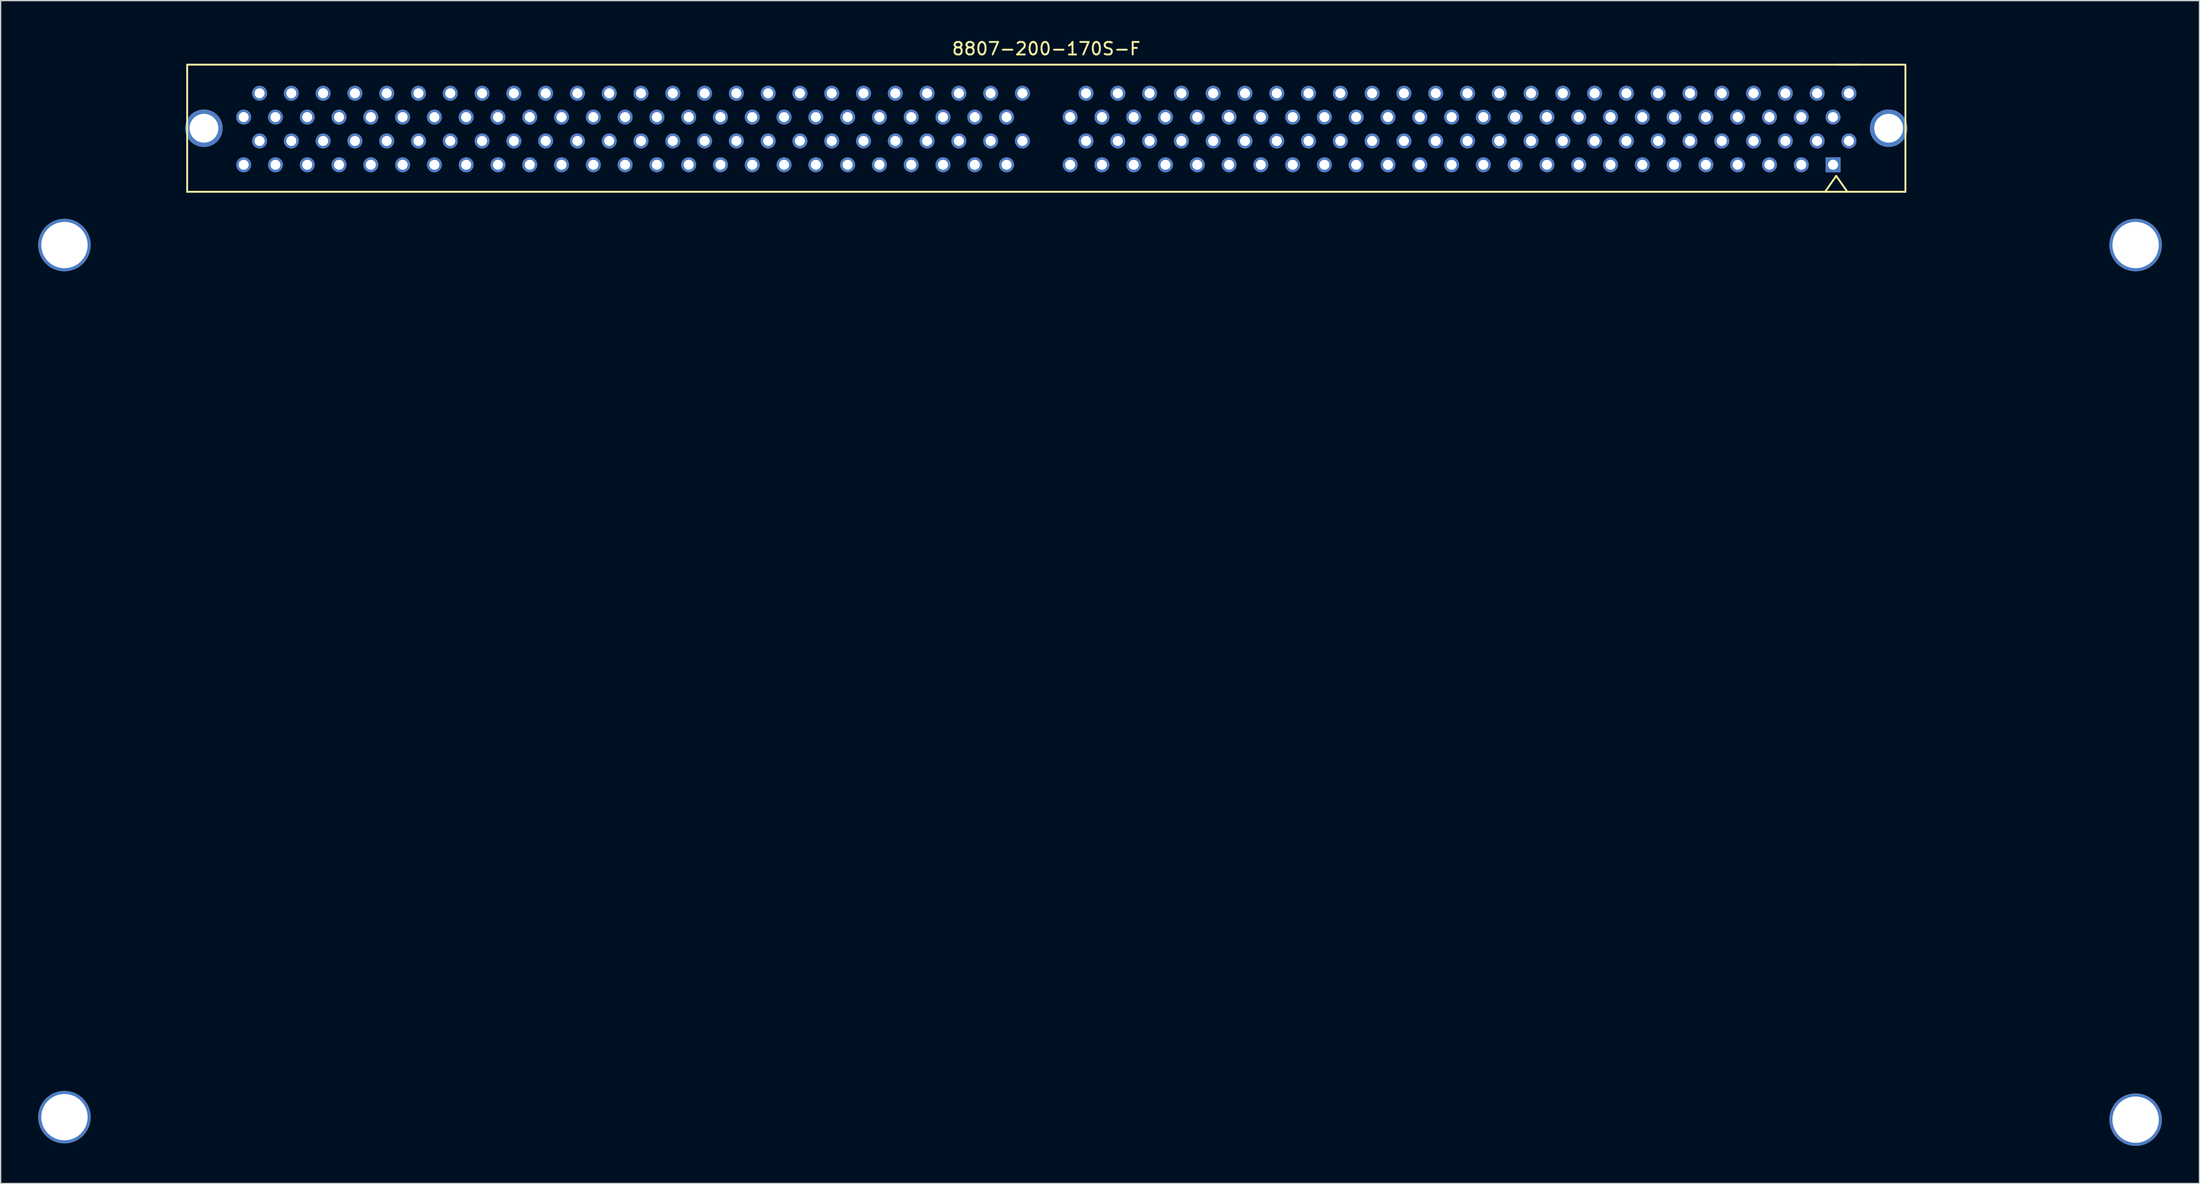
<source format=kicad_pcb>
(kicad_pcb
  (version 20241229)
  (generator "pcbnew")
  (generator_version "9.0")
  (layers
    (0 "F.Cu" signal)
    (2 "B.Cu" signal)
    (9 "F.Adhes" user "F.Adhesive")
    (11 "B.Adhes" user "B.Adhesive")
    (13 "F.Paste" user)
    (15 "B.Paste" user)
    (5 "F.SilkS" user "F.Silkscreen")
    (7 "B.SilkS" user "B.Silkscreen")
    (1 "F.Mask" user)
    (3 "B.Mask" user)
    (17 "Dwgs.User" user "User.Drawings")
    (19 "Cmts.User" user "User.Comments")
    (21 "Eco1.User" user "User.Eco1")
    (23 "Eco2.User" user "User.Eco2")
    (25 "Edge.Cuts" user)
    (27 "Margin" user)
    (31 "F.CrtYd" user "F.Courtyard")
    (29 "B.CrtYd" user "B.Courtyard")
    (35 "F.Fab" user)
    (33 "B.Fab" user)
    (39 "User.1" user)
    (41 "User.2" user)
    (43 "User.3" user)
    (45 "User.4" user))
  (footprint "8807-200-170S-F"
    (layer "F.Cu")
    (at 80.555 7.198)
    (property "Reference" "8807-200-170S-F" (at 0 -6.35 0) (layer "F.SilkS") (effects (font (size 1 1) (thickness 0.15))))
    (attr through_hole)
    (fp_line (start -68.65 5.08) (end -68.65 -5.08) (stroke (width 0.15) (type solid)) (layer "F.SilkS"))
    (fp_line (start -68.58 -5.08) (end 68.58 -5.08) (stroke (width 0.15) (type solid)) (layer "F.SilkS"))
    (fp_line (start 63.119 3.81) (end 62.23 5.08) (stroke (width 0.15) (type solid)) (layer "F.SilkS"))
    (fp_line (start 63.246 -5.08) (end 65.024 -5.08) (stroke (width 0.15) (type solid)) (layer "F.SilkS"))
    (fp_line (start 64.008 5.08) (end 63.119 3.81) (stroke (width 0.15) (type solid)) (layer "F.SilkS"))
    (fp_line (start 68.65 -5.08) (end 68.65 5.08) (stroke (width 0.15) (type solid)) (layer "F.SilkS"))
    (fp_line (start 68.65 5.08) (end -68.65 5.08) (stroke (width 0.15) (type solid)) (layer "F.SilkS"))
    (pad "" thru_hole circle (at -78.455 9.336) (size 4.2 4.2) (drill 3.7) (layers "*.Cu" "*.Paste" "*.Mask"))
    (pad "" thru_hole circle (at -78.455 79.036) (size 4.2 4.2) (drill 3.7) (layers "*.Cu" "*.Paste" "*.Mask"))
    (pad "" thru_hole circle (at -67.31 0) (size 3 3) (drill 2.3) (layers "*.Cu" "*.Mask"))
    (pad "" thru_hole circle (at 67.31 0) (size 3 3) (drill 2.3) (layers "*.Cu" "*.Mask"))
    (pad "" thru_hole circle (at 87.045 9.336) (size 4.2 4.2) (drill 3.7) (layers "*.Cu" "*.Paste" "*.Mask"))
    (pad "" thru_hole circle (at 87.045 79.236) (size 4.2 4.2) (drill 3.7) (layers "*.Cu" "*.Paste" "*.Mask"))
    (pad "1" thru_hole rect (at 62.865 2.921) (size 1.2 1.2) (drill 0.8) (layers "*.Cu" "*.Mask"))
    (pad "2" thru_hole circle (at 64.135 1.016) (size 1.2 1.2) (drill 0.8) (layers "*.Cu" "*.Mask"))
    (pad "3" thru_hole circle (at 62.865 -0.889) (size 1.2 1.2) (drill 0.8) (layers "*.Cu" "*.Mask"))
    (pad "4" thru_hole circle (at 64.135 -2.794) (size 1.2 1.2) (drill 0.8) (layers "*.Cu" "*.Mask"))
    (pad "5" thru_hole circle (at 60.325 2.921) (size 1.2 1.2) (drill 0.8) (layers "*.Cu" "*.Mask"))
    (pad "6" thru_hole circle (at 61.595 1.016) (size 1.2 1.2) (drill 0.8) (layers "*.Cu" "*.Mask"))
    (pad "7" thru_hole circle (at 60.325 -0.889) (size 1.2 1.2) (drill 0.8) (layers "*.Cu" "*.Mask"))
    (pad "8" thru_hole circle (at 61.595 -2.794) (size 1.2 1.2) (drill 0.8) (layers "*.Cu" "*.Mask"))
    (pad "9" thru_hole circle (at 57.785 2.921) (size 1.2 1.2) (drill 0.8) (layers "*.Cu" "*.Mask"))
    (pad "10" thru_hole circle (at 59.055 1.016) (size 1.2 1.2) (drill 0.8) (layers "*.Cu" "*.Mask"))
    (pad "11" thru_hole circle (at 57.785 -0.889) (size 1.2 1.2) (drill 0.8) (layers "*.Cu" "*.Mask"))
    (pad "12" thru_hole circle (at 59.055 -2.794) (size 1.2 1.2) (drill 0.8) (layers "*.Cu" "*.Mask"))
    (pad "13" thru_hole circle (at 55.245 2.921) (size 1.2 1.2) (drill 0.8) (layers "*.Cu" "*.Mask"))
    (pad "14" thru_hole circle (at 56.515 1.016) (size 1.2 1.2) (drill 0.8) (layers "*.Cu" "*.Mask"))
    (pad "15" thru_hole circle (at 55.245 -0.889) (size 1.2 1.2) (drill 0.8) (layers "*.Cu" "*.Mask"))
    (pad "16" thru_hole circle (at 56.515 -2.794) (size 1.2 1.2) (drill 0.8) (layers "*.Cu" "*.Mask"))
    (pad "17" thru_hole circle (at 52.705 2.921) (size 1.2 1.2) (drill 0.8) (layers "*.Cu" "*.Mask"))
    (pad "18" thru_hole circle (at 53.975 1.016) (size 1.2 1.2) (drill 0.8) (layers "*.Cu" "*.Mask"))
    (pad "19" thru_hole circle (at 52.705 -0.889) (size 1.2 1.2) (drill 0.8) (layers "*.Cu" "*.Mask"))
    (pad "20" thru_hole circle (at 53.975 -2.794) (size 1.2 1.2) (drill 0.8) (layers "*.Cu" "*.Mask"))
    (pad "21" thru_hole circle (at 50.165 2.921) (size 1.2 1.2) (drill 0.8) (layers "*.Cu" "*.Mask"))
    (pad "22" thru_hole circle (at 51.435 1.016) (size 1.2 1.2) (drill 0.8) (layers "*.Cu" "*.Mask"))
    (pad "23" thru_hole circle (at 50.165 -0.889) (size 1.2 1.2) (drill 0.8) (layers "*.Cu" "*.Mask"))
    (pad "24" thru_hole circle (at 51.435 -2.794) (size 1.2 1.2) (drill 0.8) (layers "*.Cu" "*.Mask"))
    (pad "25" thru_hole circle (at 47.625 2.921) (size 1.2 1.2) (drill 0.8) (layers "*.Cu" "*.Mask"))
    (pad "26" thru_hole circle (at 48.895 1.016) (size 1.2 1.2) (drill 0.8) (layers "*.Cu" "*.Mask"))
    (pad "27" thru_hole circle (at 47.625 -0.889) (size 1.2 1.2) (drill 0.8) (layers "*.Cu" "*.Mask"))
    (pad "28" thru_hole circle (at 48.895 -2.794) (size 1.2 1.2) (drill 0.8) (layers "*.Cu" "*.Mask"))
    (pad "29" thru_hole circle (at 45.085 2.921) (size 1.2 1.2) (drill 0.8) (layers "*.Cu" "*.Mask"))
    (pad "30" thru_hole circle (at 46.355 1.016) (size 1.2 1.2) (drill 0.8) (layers "*.Cu" "*.Mask"))
    (pad "31" thru_hole circle (at 45.085 -0.889) (size 1.2 1.2) (drill 0.8) (layers "*.Cu" "*.Mask"))
    (pad "32" thru_hole circle (at 46.355 -2.794) (size 1.2 1.2) (drill 0.8) (layers "*.Cu" "*.Mask"))
    (pad "33" thru_hole circle (at 42.545 2.921) (size 1.2 1.2) (drill 0.8) (layers "*.Cu" "*.Mask"))
    (pad "34" thru_hole circle (at 43.815 1.016) (size 1.2 1.2) (drill 0.8) (layers "*.Cu" "*.Mask"))
    (pad "35" thru_hole circle (at 42.545 -0.889) (size 1.2 1.2) (drill 0.8) (layers "*.Cu" "*.Mask"))
    (pad "36" thru_hole circle (at 43.815 -2.794) (size 1.2 1.2) (drill 0.8) (layers "*.Cu" "*.Mask"))
    (pad "37" thru_hole circle (at 40.005 2.921) (size 1.2 1.2) (drill 0.8) (layers "*.Cu" "*.Mask"))
    (pad "38" thru_hole circle (at 41.275 1.016) (size 1.2 1.2) (drill 0.8) (layers "*.Cu" "*.Mask"))
    (pad "39" thru_hole circle (at 40.005 -0.889) (size 1.2 1.2) (drill 0.8) (layers "*.Cu" "*.Mask"))
    (pad "40" thru_hole circle (at 41.275 -2.794) (size 1.2 1.2) (drill 0.8) (layers "*.Cu" "*.Mask"))
    (pad "41" thru_hole circle (at 37.465 2.921) (size 1.2 1.2) (drill 0.8) (layers "*.Cu" "*.Mask"))
    (pad "42" thru_hole circle (at 38.735 1.016) (size 1.2 1.2) (drill 0.8) (layers "*.Cu" "*.Mask"))
    (pad "43" thru_hole circle (at 37.465 -0.889) (size 1.2 1.2) (drill 0.8) (layers "*.Cu" "*.Mask"))
    (pad "44" thru_hole circle (at 38.735 -2.794) (size 1.2 1.2) (drill 0.8) (layers "*.Cu" "*.Mask"))
    (pad "45" thru_hole circle (at 34.925 2.921) (size 1.2 1.2) (drill 0.8) (layers "*.Cu" "*.Mask"))
    (pad "46" thru_hole circle (at 36.195 1.016) (size 1.2 1.2) (drill 0.8) (layers "*.Cu" "*.Mask"))
    (pad "47" thru_hole circle (at 34.925 -0.889) (size 1.2 1.2) (drill 0.8) (layers "*.Cu" "*.Mask"))
    (pad "48" thru_hole circle (at 36.195 -2.794) (size 1.2 1.2) (drill 0.8) (layers "*.Cu" "*.Mask"))
    (pad "49" thru_hole circle (at 32.385 2.921) (size 1.2 1.2) (drill 0.8) (layers "*.Cu" "*.Mask"))
    (pad "50" thru_hole circle (at 33.655 1.016) (size 1.2 1.2) (drill 0.8) (layers "*.Cu" "*.Mask"))
    (pad "51" thru_hole circle (at 32.385 -0.889) (size 1.2 1.2) (drill 0.8) (layers "*.Cu" "*.Mask"))
    (pad "52" thru_hole circle (at 33.655 -2.794) (size 1.2 1.2) (drill 0.8) (layers "*.Cu" "*.Mask"))
    (pad "53" thru_hole circle (at 29.845 2.921) (size 1.2 1.2) (drill 0.8) (layers "*.Cu" "*.Mask"))
    (pad "54" thru_hole circle (at 31.115 1.016) (size 1.2 1.2) (drill 0.8) (layers "*.Cu" "*.Mask"))
    (pad "55" thru_hole circle (at 29.845 -0.889) (size 1.2 1.2) (drill 0.8) (layers "*.Cu" "*.Mask"))
    (pad "56" thru_hole circle (at 31.115 -2.794) (size 1.2 1.2) (drill 0.8) (layers "*.Cu" "*.Mask"))
    (pad "57" thru_hole circle (at 27.305 2.921) (size 1.2 1.2) (drill 0.8) (layers "*.Cu" "*.Mask"))
    (pad "58" thru_hole circle (at 28.575 1.016) (size 1.2 1.2) (drill 0.8) (layers "*.Cu" "*.Mask"))
    (pad "59" thru_hole circle (at 27.305 -0.889) (size 1.2 1.2) (drill 0.8) (layers "*.Cu" "*.Mask"))
    (pad "60" thru_hole circle (at 28.575 -2.794) (size 1.2 1.2) (drill 0.8) (layers "*.Cu" "*.Mask"))
    (pad "61" thru_hole circle (at 24.765 2.921) (size 1.2 1.2) (drill 0.8) (layers "*.Cu" "*.Mask"))
    (pad "62" thru_hole circle (at 26.035 1.016) (size 1.2 1.2) (drill 0.8) (layers "*.Cu" "*.Mask"))
    (pad "63" thru_hole circle (at 24.765 -0.889) (size 1.2 1.2) (drill 0.8) (layers "*.Cu" "*.Mask"))
    (pad "64" thru_hole circle (at 26.035 -2.794) (size 1.2 1.2) (drill 0.8) (layers "*.Cu" "*.Mask"))
    (pad "65" thru_hole circle (at 22.225 2.921) (size 1.2 1.2) (drill 0.8) (layers "*.Cu" "*.Mask"))
    (pad "66" thru_hole circle (at 23.495 1.016) (size 1.2 1.2) (drill 0.8) (layers "*.Cu" "*.Mask"))
    (pad "67" thru_hole circle (at 22.225 -0.889) (size 1.2 1.2) (drill 0.8) (layers "*.Cu" "*.Mask"))
    (pad "68" thru_hole circle (at 23.495 -2.794) (size 1.2 1.2) (drill 0.8) (layers "*.Cu" "*.Mask"))
    (pad "69" thru_hole circle (at 19.685 2.921) (size 1.2 1.2) (drill 0.8) (layers "*.Cu" "*.Mask"))
    (pad "70" thru_hole circle (at 20.955 1.016) (size 1.2 1.2) (drill 0.8) (layers "*.Cu" "*.Mask"))
    (pad "71" thru_hole circle (at 19.685 -0.889) (size 1.2 1.2) (drill 0.8) (layers "*.Cu" "*.Mask"))
    (pad "72" thru_hole circle (at 20.955 -2.794) (size 1.2 1.2) (drill 0.8) (layers "*.Cu" "*.Mask"))
    (pad "73" thru_hole circle (at 17.145 2.921) (size 1.2 1.2) (drill 0.8) (layers "*.Cu" "*.Mask"))
    (pad "74" thru_hole circle (at 18.415 1.016) (size 1.2 1.2) (drill 0.8) (layers "*.Cu" "*.Mask"))
    (pad "75" thru_hole circle (at 17.145 -0.889) (size 1.2 1.2) (drill 0.8) (layers "*.Cu" "*.Mask"))
    (pad "76" thru_hole circle (at 18.415 -2.794) (size 1.2 1.2) (drill 0.8) (layers "*.Cu" "*.Mask"))
    (pad "77" thru_hole circle (at 14.605 2.921) (size 1.2 1.2) (drill 0.8) (layers "*.Cu" "*.Mask"))
    (pad "78" thru_hole circle (at 15.875 1.016) (size 1.2 1.2) (drill 0.8) (layers "*.Cu" "*.Mask"))
    (pad "79" thru_hole circle (at 14.605 -0.889) (size 1.2 1.2) (drill 0.8) (layers "*.Cu" "*.Mask"))
    (pad "80" thru_hole circle (at 15.875 -2.794) (size 1.2 1.2) (drill 0.8) (layers "*.Cu" "*.Mask"))
    (pad "81" thru_hole circle (at 12.065 2.921) (size 1.2 1.2) (drill 0.8) (layers "*.Cu" "*.Mask"))
    (pad "82" thru_hole circle (at 13.335 1.016) (size 1.2 1.2) (drill 0.8) (layers "*.Cu" "*.Mask"))
    (pad "83" thru_hole circle (at 12.065 -0.889) (size 1.2 1.2) (drill 0.8) (layers "*.Cu" "*.Mask"))
    (pad "84" thru_hole circle (at 13.335 -2.794) (size 1.2 1.2) (drill 0.8) (layers "*.Cu" "*.Mask"))
    (pad "85" thru_hole circle (at 9.525 2.921) (size 1.2 1.2) (drill 0.8) (layers "*.Cu" "*.Mask"))
    (pad "86" thru_hole circle (at 10.795 1.016) (size 1.2 1.2) (drill 0.8) (layers "*.Cu" "*.Mask"))
    (pad "87" thru_hole circle (at 9.525 -0.889) (size 1.2 1.2) (drill 0.8) (layers "*.Cu" "*.Mask"))
    (pad "88" thru_hole circle (at 10.795 -2.794) (size 1.2 1.2) (drill 0.8) (layers "*.Cu" "*.Mask"))
    (pad "89" thru_hole circle (at 6.985 2.921) (size 1.2 1.2) (drill 0.8) (layers "*.Cu" "*.Mask"))
    (pad "90" thru_hole circle (at 8.255 1.016) (size 1.2 1.2) (drill 0.8) (layers "*.Cu" "*.Mask"))
    (pad "91" thru_hole circle (at 6.985 -0.889) (size 1.2 1.2) (drill 0.8) (layers "*.Cu" "*.Mask"))
    (pad "92" thru_hole circle (at 8.255 -2.794) (size 1.2 1.2) (drill 0.8) (layers "*.Cu" "*.Mask"))
    (pad "93" thru_hole circle (at 4.445 2.921) (size 1.2 1.2) (drill 0.8) (layers "*.Cu" "*.Mask"))
    (pad "94" thru_hole circle (at 5.715 1.016) (size 1.2 1.2) (drill 0.8) (layers "*.Cu" "*.Mask"))
    (pad "95" thru_hole circle (at 4.445 -0.889) (size 1.2 1.2) (drill 0.8) (layers "*.Cu" "*.Mask"))
    (pad "96" thru_hole circle (at 5.715 -2.794) (size 1.2 1.2) (drill 0.8) (layers "*.Cu" "*.Mask"))
    (pad "97" thru_hole circle (at 1.905 2.921) (size 1.2 1.2) (drill 0.8) (layers "*.Cu" "*.Mask"))
    (pad "98" thru_hole circle (at 3.175 1.016) (size 1.2 1.2) (drill 0.8) (layers "*.Cu" "*.Mask"))
    (pad "99" thru_hole circle (at 1.905 -0.889) (size 1.2 1.2) (drill 0.8) (layers "*.Cu" "*.Mask"))
    (pad "100" thru_hole circle (at 3.175 -2.794) (size 1.2 1.2) (drill 0.8) (layers "*.Cu" "*.Mask"))
    (pad "101" thru_hole circle (at -3.175 2.921) (size 1.2 1.2) (drill 0.8) (layers "*.Cu" "*.Mask"))
    (pad "102" thru_hole circle (at -1.905 1.016) (size 1.2 1.2) (drill 0.8) (layers "*.Cu" "*.Mask"))
    (pad "103" thru_hole circle (at -3.175 -0.889) (size 1.2 1.2) (drill 0.8) (layers "*.Cu" "*.Mask"))
    (pad "104" thru_hole circle (at -1.905 -2.794) (size 1.2 1.2) (drill 0.8) (layers "*.Cu" "*.Mask"))
    (pad "105" thru_hole circle (at -5.715 2.921) (size 1.2 1.2) (drill 0.8) (layers "*.Cu" "*.Mask"))
    (pad "106" thru_hole circle (at -4.445 1.016) (size 1.2 1.2) (drill 0.8) (layers "*.Cu" "*.Mask"))
    (pad "107" thru_hole circle (at -5.715 -0.889) (size 1.2 1.2) (drill 0.8) (layers "*.Cu" "*.Mask"))
    (pad "108" thru_hole circle (at -4.445 -2.794) (size 1.2 1.2) (drill 0.8) (layers "*.Cu" "*.Mask"))
    (pad "109" thru_hole circle (at -8.255 2.921) (size 1.2 1.2) (drill 0.8) (layers "*.Cu" "*.Mask"))
    (pad "110" thru_hole circle (at -6.985 1.016) (size 1.2 1.2) (drill 0.8) (layers "*.Cu" "*.Mask"))
    (pad "111" thru_hole circle (at -8.255 -0.889) (size 1.2 1.2) (drill 0.8) (layers "*.Cu" "*.Mask"))
    (pad "112" thru_hole circle (at -6.985 -2.794) (size 1.2 1.2) (drill 0.8) (layers "*.Cu" "*.Mask"))
    (pad "113" thru_hole circle (at -10.795 2.921) (size 1.2 1.2) (drill 0.8) (layers "*.Cu" "*.Mask"))
    (pad "114" thru_hole circle (at -9.525 1.016) (size 1.2 1.2) (drill 0.8) (layers "*.Cu" "*.Mask"))
    (pad "115" thru_hole circle (at -10.795 -0.889) (size 1.2 1.2) (drill 0.8) (layers "*.Cu" "*.Mask"))
    (pad "116" thru_hole circle (at -9.525 -2.794) (size 1.2 1.2) (drill 0.8) (layers "*.Cu" "*.Mask"))
    (pad "117" thru_hole circle (at -13.335 2.921) (size 1.2 1.2) (drill 0.8) (layers "*.Cu" "*.Mask"))
    (pad "118" thru_hole circle (at -12.065 1.016) (size 1.2 1.2) (drill 0.8) (layers "*.Cu" "*.Mask"))
    (pad "119" thru_hole circle (at -13.335 -0.889) (size 1.2 1.2) (drill 0.8) (layers "*.Cu" "*.Mask"))
    (pad "120" thru_hole circle (at -12.065 -2.794) (size 1.2 1.2) (drill 0.8) (layers "*.Cu" "*.Mask"))
    (pad "121" thru_hole circle (at -15.875 2.921) (size 1.2 1.2) (drill 0.8) (layers "*.Cu" "*.Mask"))
    (pad "122" thru_hole circle (at -14.605 1.016) (size 1.2 1.2) (drill 0.8) (layers "*.Cu" "*.Mask"))
    (pad "123" thru_hole circle (at -15.875 -0.889) (size 1.2 1.2) (drill 0.8) (layers "*.Cu" "*.Mask"))
    (pad "124" thru_hole circle (at -14.605 -2.794) (size 1.2 1.2) (drill 0.8) (layers "*.Cu" "*.Mask"))
    (pad "125" thru_hole circle (at -18.415 2.921) (size 1.2 1.2) (drill 0.8) (layers "*.Cu" "*.Mask"))
    (pad "126" thru_hole circle (at -17.145 1.016) (size 1.2 1.2) (drill 0.8) (layers "*.Cu" "*.Mask"))
    (pad "127" thru_hole circle (at -18.415 -0.889) (size 1.2 1.2) (drill 0.8) (layers "*.Cu" "*.Mask"))
    (pad "128" thru_hole circle (at -17.145 -2.794) (size 1.2 1.2) (drill 0.8) (layers "*.Cu" "*.Mask"))
    (pad "129" thru_hole circle (at -20.955 2.921) (size 1.2 1.2) (drill 0.8) (layers "*.Cu" "*.Mask"))
    (pad "130" thru_hole circle (at -19.685 1.016) (size 1.2 1.2) (drill 0.8) (layers "*.Cu" "*.Mask"))
    (pad "131" thru_hole circle (at -20.955 -0.889) (size 1.2 1.2) (drill 0.8) (layers "*.Cu" "*.Mask"))
    (pad "132" thru_hole circle (at -19.685 -2.794) (size 1.2 1.2) (drill 0.8) (layers "*.Cu" "*.Mask"))
    (pad "133" thru_hole circle (at -23.495 2.921) (size 1.2 1.2) (drill 0.8) (layers "*.Cu" "*.Mask"))
    (pad "134" thru_hole circle (at -22.225 1.016) (size 1.2 1.2) (drill 0.8) (layers "*.Cu" "*.Mask"))
    (pad "135" thru_hole circle (at -23.495 -0.889) (size 1.2 1.2) (drill 0.8) (layers "*.Cu" "*.Mask"))
    (pad "136" thru_hole circle (at -22.225 -2.794) (size 1.2 1.2) (drill 0.8) (layers "*.Cu" "*.Mask"))
    (pad "137" thru_hole circle (at -26.035 2.921) (size 1.2 1.2) (drill 0.8) (layers "*.Cu" "*.Mask"))
    (pad "138" thru_hole circle (at -24.765 1.016) (size 1.2 1.2) (drill 0.8) (layers "*.Cu" "*.Mask"))
    (pad "139" thru_hole circle (at -26.035 -0.889) (size 1.2 1.2) (drill 0.8) (layers "*.Cu" "*.Mask"))
    (pad "140" thru_hole circle (at -24.765 -2.794) (size 1.2 1.2) (drill 0.8) (layers "*.Cu" "*.Mask"))
    (pad "141" thru_hole circle (at -28.575 2.921) (size 1.2 1.2) (drill 0.8) (layers "*.Cu" "*.Mask"))
    (pad "142" thru_hole circle (at -27.305 1.016) (size 1.2 1.2) (drill 0.8) (layers "*.Cu" "*.Mask"))
    (pad "143" thru_hole circle (at -28.575 -0.889) (size 1.2 1.2) (drill 0.8) (layers "*.Cu" "*.Mask"))
    (pad "144" thru_hole circle (at -27.305 -2.794) (size 1.2 1.2) (drill 0.8) (layers "*.Cu" "*.Mask"))
    (pad "145" thru_hole circle (at -31.115 2.921) (size 1.2 1.2) (drill 0.8) (layers "*.Cu" "*.Mask"))
    (pad "146" thru_hole circle (at -29.845 1.016) (size 1.2 1.2) (drill 0.8) (layers "*.Cu" "*.Mask"))
    (pad "147" thru_hole circle (at -31.115 -0.889) (size 1.2 1.2) (drill 0.8) (layers "*.Cu" "*.Mask"))
    (pad "148" thru_hole circle (at -29.845 -2.794) (size 1.2 1.2) (drill 0.8) (layers "*.Cu" "*.Mask"))
    (pad "149" thru_hole circle (at -33.655 2.921) (size 1.2 1.2) (drill 0.8) (layers "*.Cu" "*.Mask"))
    (pad "150" thru_hole circle (at -32.385 1.016 90) (size 1.2 1.2) (drill 0.8) (layers "*.Cu" "*.Mask"))
    (pad "151" thru_hole circle (at -33.655 -0.889) (size 1.2 1.2) (drill 0.8) (layers "*.Cu" "*.Mask"))
    (pad "152" thru_hole circle (at -32.385 -2.794) (size 1.2 1.2) (drill 0.8) (layers "*.Cu" "*.Mask"))
    (pad "153" thru_hole circle (at -36.195 2.921) (size 1.2 1.2) (drill 0.8) (layers "*.Cu" "*.Mask"))
    (pad "154" thru_hole circle (at -34.925 1.016) (size 1.2 1.2) (drill 0.8) (layers "*.Cu" "*.Mask"))
    (pad "155" thru_hole circle (at -36.195 -0.889) (size 1.2 1.2) (drill 0.8) (layers "*.Cu" "*.Mask"))
    (pad "156" thru_hole circle (at -34.925 -2.794) (size 1.2 1.2) (drill 0.8) (layers "*.Cu" "*.Mask"))
    (pad "157" thru_hole circle (at -38.735 2.921) (size 1.2 1.2) (drill 0.8) (layers "*.Cu" "*.Mask"))
    (pad "158" thru_hole circle (at -37.465 1.016) (size 1.2 1.2) (drill 0.8) (layers "*.Cu" "*.Mask"))
    (pad "159" thru_hole circle (at -38.735 -0.889) (size 1.2 1.2) (drill 0.8) (layers "*.Cu" "*.Mask"))
    (pad "160" thru_hole circle (at -37.465 -2.794) (size 1.2 1.2) (drill 0.8) (layers "*.Cu" "*.Mask"))
    (pad "161" thru_hole circle (at -41.275 2.921) (size 1.2 1.2) (drill 0.8) (layers "*.Cu" "*.Mask"))
    (pad "162" thru_hole circle (at -40.005 1.016) (size 1.2 1.2) (drill 0.8) (layers "*.Cu" "*.Mask"))
    (pad "163" thru_hole circle (at -41.275 -0.889) (size 1.2 1.2) (drill 0.8) (layers "*.Cu" "*.Mask"))
    (pad "164" thru_hole circle (at -40.005 -2.794) (size 1.2 1.2) (drill 0.8) (layers "*.Cu" "*.Mask"))
    (pad "165" thru_hole circle (at -43.815 2.921) (size 1.2 1.2) (drill 0.8) (layers "*.Cu" "*.Mask"))
    (pad "166" thru_hole circle (at -42.545 1.016) (size 1.2 1.2) (drill 0.8) (layers "*.Cu" "*.Mask"))
    (pad "167" thru_hole circle (at -43.815 -0.889) (size 1.2 1.2) (drill 0.8) (layers "*.Cu" "*.Mask"))
    (pad "168" thru_hole circle (at -42.545 -2.794) (size 1.2 1.2) (drill 0.8) (layers "*.Cu" "*.Mask"))
    (pad "169" thru_hole circle (at -46.355 2.921) (size 1.2 1.2) (drill 0.8) (layers "*.Cu" "*.Mask"))
    (pad "170" thru_hole circle (at -45.085 1.016) (size 1.2 1.2) (drill 0.8) (layers "*.Cu" "*.Mask"))
    (pad "171" thru_hole circle (at -46.355 -0.889) (size 1.2 1.2) (drill 0.8) (layers "*.Cu" "*.Mask"))
    (pad "172" thru_hole circle (at -45.085 -2.794) (size 1.2 1.2) (drill 0.8) (layers "*.Cu" "*.Mask"))
    (pad "173" thru_hole circle (at -48.895 2.921) (size 1.2 1.2) (drill 0.8) (layers "*.Cu" "*.Mask"))
    (pad "174" thru_hole circle (at -47.625 1.016) (size 1.2 1.2) (drill 0.8) (layers "*.Cu" "*.Mask"))
    (pad "175" thru_hole circle (at -48.895 -0.889) (size 1.2 1.2) (drill 0.8) (layers "*.Cu" "*.Mask"))
    (pad "176" thru_hole circle (at -47.625 -2.794) (size 1.2 1.2) (drill 0.8) (layers "*.Cu" "*.Mask"))
    (pad "177" thru_hole circle (at -51.435 2.921) (size 1.2 1.2) (drill 0.8) (layers "*.Cu" "*.Mask"))
    (pad "178" thru_hole circle (at -50.165 1.016) (size 1.2 1.2) (drill 0.8) (layers "*.Cu" "*.Mask"))
    (pad "179" thru_hole circle (at -51.435 -0.889) (size 1.2 1.2) (drill 0.8) (layers "*.Cu" "*.Mask"))
    (pad "180" thru_hole circle (at -50.165 -2.794) (size 1.2 1.2) (drill 0.8) (layers "*.Cu" "*.Mask"))
    (pad "181" thru_hole circle (at -53.975 2.921) (size 1.2 1.2) (drill 0.8) (layers "*.Cu" "*.Mask"))
    (pad "182" thru_hole circle (at -52.705 1.016) (size 1.2 1.2) (drill 0.8) (layers "*.Cu" "*.Mask"))
    (pad "183" thru_hole circle (at -53.975 -0.889) (size 1.2 1.2) (drill 0.8) (layers "*.Cu" "*.Mask"))
    (pad "184" thru_hole circle (at -52.705 -2.794) (size 1.2 1.2) (drill 0.8) (layers "*.Cu" "*.Mask"))
    (pad "185" thru_hole circle (at -56.515 2.921) (size 1.2 1.2) (drill 0.8) (layers "*.Cu" "*.Mask"))
    (pad "186" thru_hole circle (at -55.245 1.016) (size 1.2 1.2) (drill 0.8) (layers "*.Cu" "*.Mask"))
    (pad "187" thru_hole circle (at -56.515 -0.889) (size 1.2 1.2) (drill 0.8) (layers "*.Cu" "*.Mask"))
    (pad "188" thru_hole circle (at -55.245 -2.794) (size 1.2 1.2) (drill 0.8) (layers "*.Cu" "*.Mask"))
    (pad "189" thru_hole circle (at -59.055 2.921) (size 1.2 1.2) (drill 0.8) (layers "*.Cu" "*.Mask"))
    (pad "190" thru_hole circle (at -57.785 1.016) (size 1.2 1.2) (drill 0.8) (layers "*.Cu" "*.Mask"))
    (pad "191" thru_hole circle (at -59.055 -0.889) (size 1.2 1.2) (drill 0.8) (layers "*.Cu" "*.Mask"))
    (pad "192" thru_hole circle (at -57.785 -2.794) (size 1.2 1.2) (drill 0.8) (layers "*.Cu" "*.Mask"))
    (pad "193" thru_hole circle (at -61.595 2.921) (size 1.2 1.2) (drill 0.8) (layers "*.Cu" "*.Mask"))
    (pad "194" thru_hole circle (at -60.325 1.016) (size 1.2 1.2) (drill 0.8) (layers "*.Cu" "*.Mask"))
    (pad "195" thru_hole circle (at -61.595 -0.889) (size 1.2 1.2) (drill 0.8) (layers "*.Cu" "*.Mask"))
    (pad "196" thru_hole circle (at -60.325 -2.794) (size 1.2 1.2) (drill 0.8) (layers "*.Cu" "*.Mask"))
    (pad "197" thru_hole circle (at -64.135 2.921) (size 1.2 1.2) (drill 0.8) (layers "*.Cu" "*.Mask"))
    (pad "198" thru_hole circle (at -62.865 1.016) (size 1.2 1.2) (drill 0.8) (layers "*.Cu" "*.Mask"))
    (pad "199" thru_hole circle (at -64.135 -0.889) (size 1.2 1.2) (drill 0.8) (layers "*.Cu" "*.Mask"))
    (pad "200" thru_hole circle (at -62.865 -2.794) (size 1.2 1.2) (drill 0.8) (layers "*.Cu" "*.Mask")))
  (gr_rect
    (start -3 -3)
    (end 172.7 91.534)
    (stroke (width 0.1) (type default))
    (fill no)
    (layer "Edge.Cuts")))
</source>
